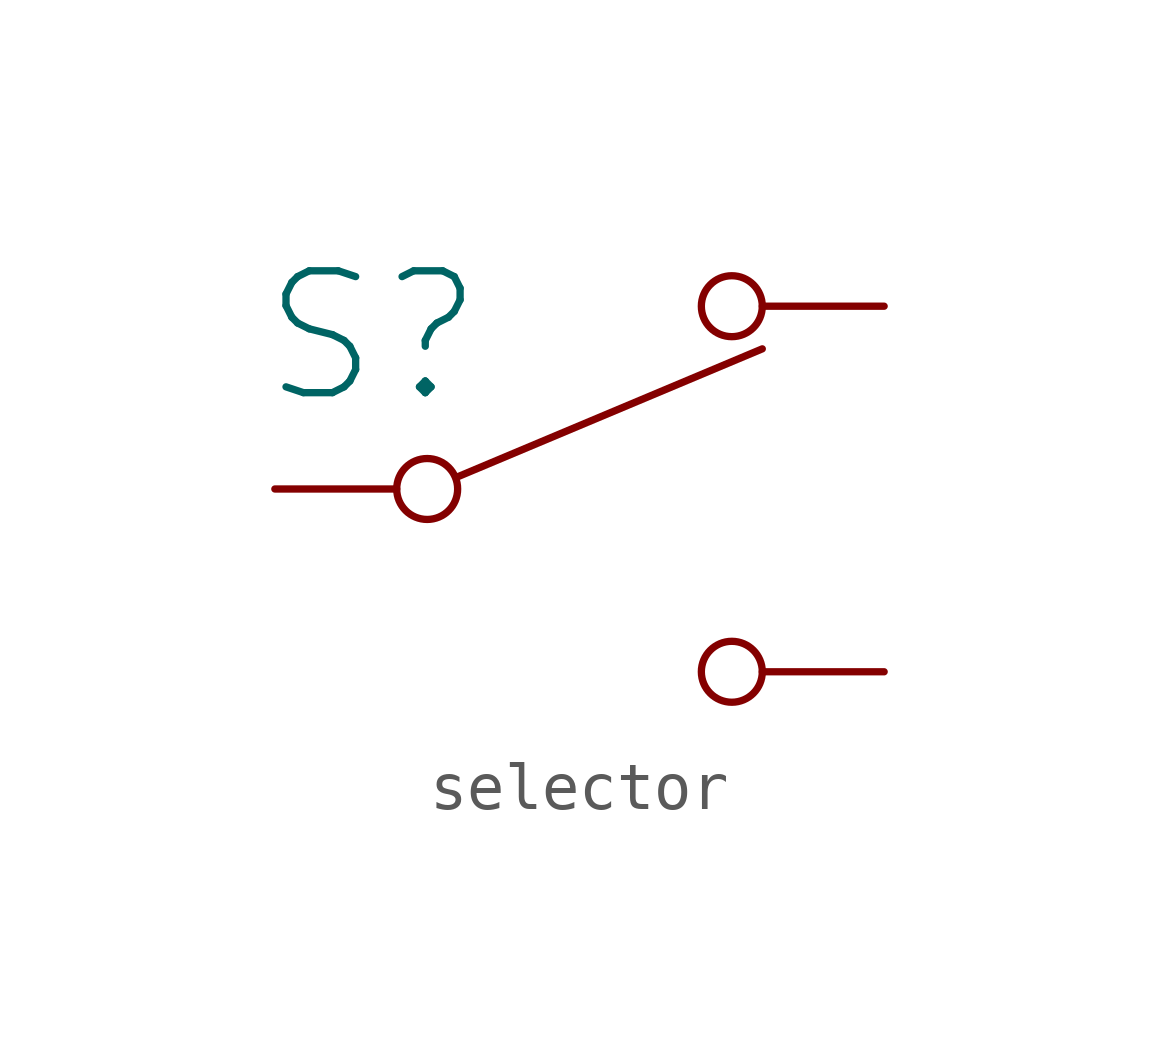
<source format=kicad_sym>
(kicad_symbol_lib
  (version 20220914)
  (generator kicad_symbol_editor)
  (symbol "selector"
    (pin_names
      (offset 1.016))
    (property "Reference" "S"
      (at 4.445 3.175 0)
      (effects (font (size 2.54 2.54)) (justify right)))
    (symbol "selector_0_0"
      (circle (center 3.175 0) (radius 0.635) (stroke (width 0) (type default)) (fill (type none)))
      (circle (center 9.525 -3.81) (radius 0.635) (stroke (width 0) (type default)) (fill (type none)))
      (circle (center 9.525 3.81) (radius 0.635) (stroke (width 0) (type default)) (fill (type none))))
    (symbol "selector_0_1"
      (polyline (pts (xy 10.16 2.921) (xy 3.81 0.254)) (stroke (width 0) (type default)) (fill (type none))))
    (symbol "selector_1_1"
      (pin input line (at 0 0 0) (length 2.54) (name "" (effects (font (size 1.27 1.27)))) (number "" (effects (font (size 1.143 1.143)))))
      (pin input line (at 12.7 -3.81 180) (length 2.54) (name "" (effects (font (size 1.27 1.27)))) (number "" (effects (font (size 1.143 1.143)))))
      (pin input line (at 12.7 3.81 180) (length 2.54) (name "" (effects (font (size 1.27 1.27)))) (number "" (effects (font (size 1.143 1.143))))))))
</source>
